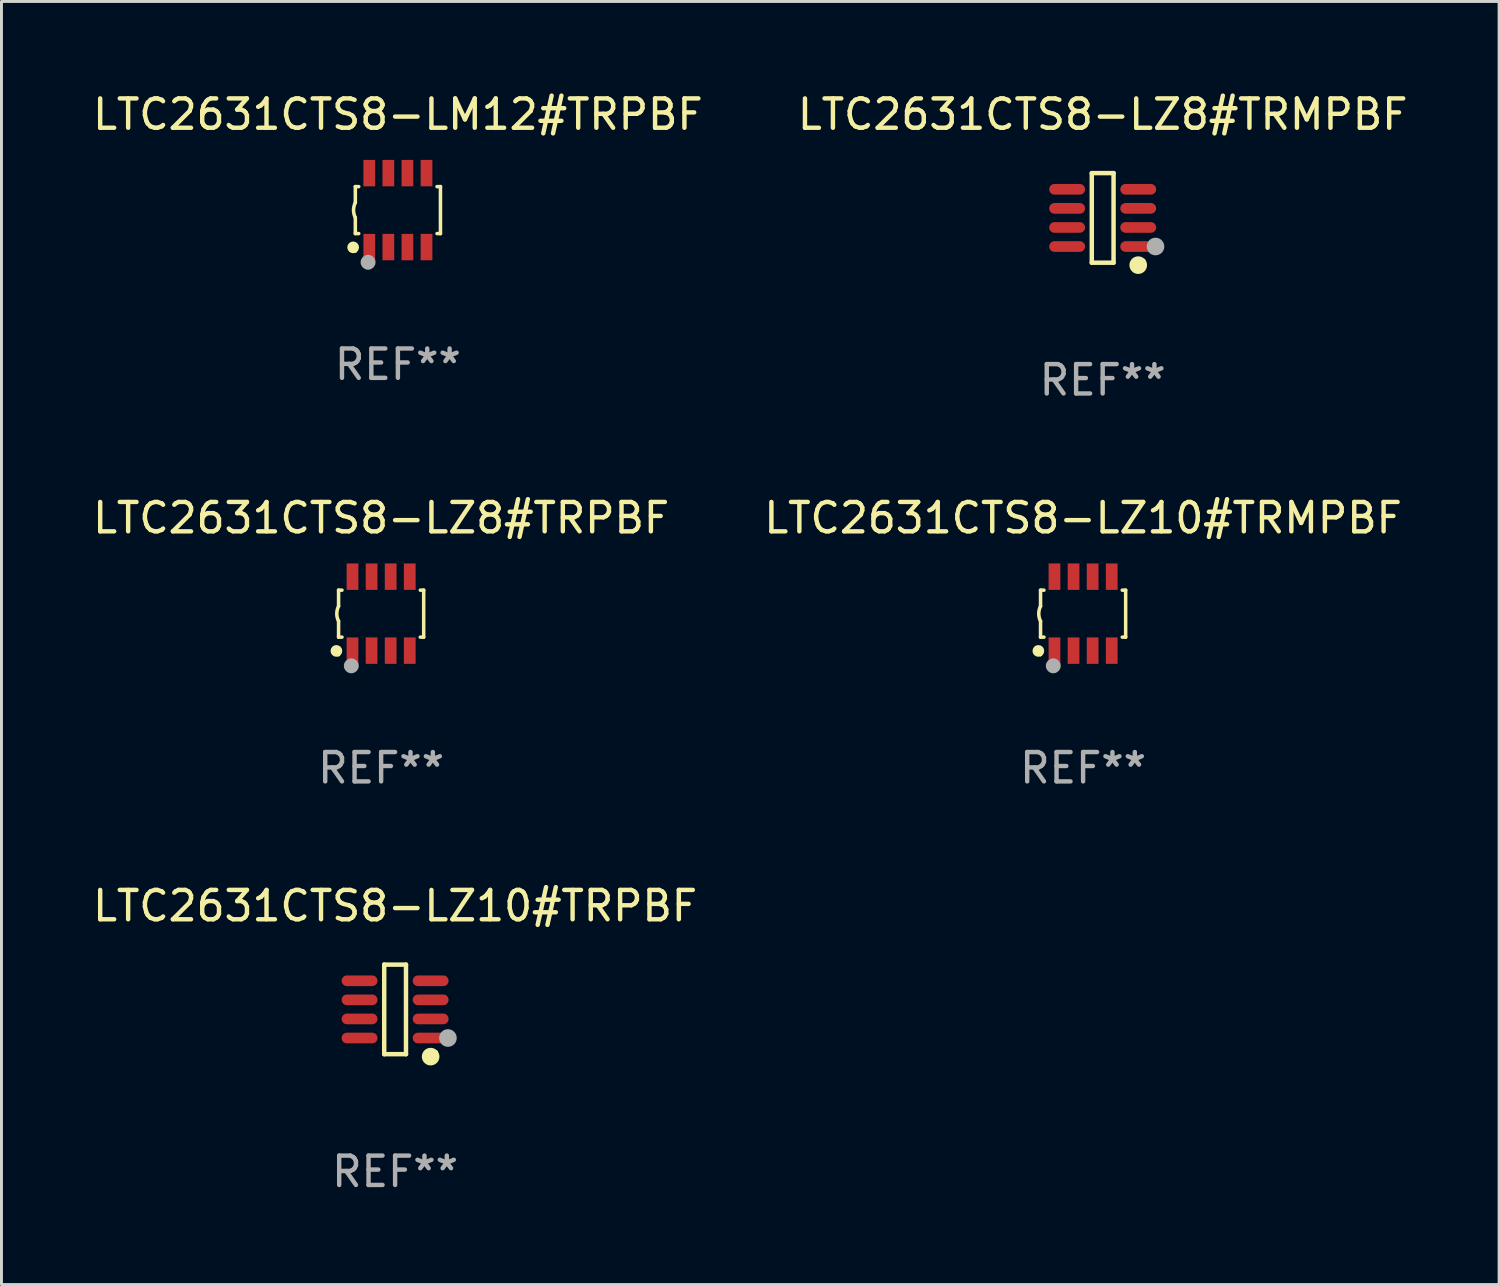
<source format=kicad_pcb>
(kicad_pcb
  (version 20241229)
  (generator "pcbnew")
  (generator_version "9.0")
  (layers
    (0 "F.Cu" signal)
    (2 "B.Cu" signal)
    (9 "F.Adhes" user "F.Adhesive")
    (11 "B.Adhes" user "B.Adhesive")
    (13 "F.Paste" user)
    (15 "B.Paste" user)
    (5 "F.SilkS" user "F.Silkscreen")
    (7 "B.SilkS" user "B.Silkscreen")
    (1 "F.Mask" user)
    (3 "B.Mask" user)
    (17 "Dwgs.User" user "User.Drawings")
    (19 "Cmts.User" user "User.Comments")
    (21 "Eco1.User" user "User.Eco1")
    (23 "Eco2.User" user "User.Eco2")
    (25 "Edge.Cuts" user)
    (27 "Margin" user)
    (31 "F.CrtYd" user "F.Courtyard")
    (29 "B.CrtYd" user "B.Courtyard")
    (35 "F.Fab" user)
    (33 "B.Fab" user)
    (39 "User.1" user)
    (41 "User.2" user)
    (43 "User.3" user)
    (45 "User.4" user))
  (footprint "LTC2631CTS8-LZ10#TRPBF"
    (layer "F.Cu")
    (at 10.411 31.34)
    (property "Reference" "LTC2631CTS8-LZ10#TRPBF" (at 0 -3.526 0) (layer "F.SilkS") (effects (font (size 1 1) (thickness 0.15))))
    (attr through_hole)
    (fp_line (start -0.371 -1.526) (end 0.371 -1.526) (stroke (width 0.152) (type solid)) (layer "F.SilkS"))
    (fp_line (start -0.371 1.526) (end -0.371 -1.526) (stroke (width 0.152) (type solid)) (layer "F.SilkS"))
    (fp_line (start 0.371 -1.526) (end 0.371 1.526) (stroke (width 0.152) (type solid)) (layer "F.SilkS"))
    (fp_line (start 0.371 1.526) (end -0.371 1.526) (stroke (width 0.152) (type solid)) (layer "F.SilkS"))
    (fp_circle (center 1.211 1.609) (end 1.361 1.609) (stroke (width 0.3) (type solid)) (fill no) (layer "F.SilkS"))
    (fp_circle (center 1.4 1.45) (end 1.43 1.45) (stroke (width 0.06) (type solid)) (fill no) (layer "F.SilkS"))
    (fp_circle (center 1.8 0.975) (end 1.95 0.975) (stroke (width 0.3) (type solid)) (fill no) (layer "F.Fab"))
    (fp_text user "REF**" (at 0 5.526 0) (layer "F.Fab") (effects (font (size 1 1) (thickness 0.15))))
    (pad "1" smd oval (at 1.211 0.975) (size 1.222 0.364) (layers "F.Cu" "F.Mask" "F.Paste"))
    (pad "2" smd oval (at 1.211 0.325) (size 1.222 0.364) (layers "F.Cu" "F.Mask" "F.Paste"))
    (pad "3" smd oval (at 1.211 -0.325) (size 1.222 0.364) (layers "F.Cu" "F.Mask" "F.Paste"))
    (pad "4" smd oval (at 1.211 -0.975) (size 1.222 0.364) (layers "F.Cu" "F.Mask" "F.Paste"))
    (pad "5" smd oval (at -1.211 -0.975) (size 1.222 0.364) (layers "F.Cu" "F.Mask" "F.Paste"))
    (pad "6" smd oval (at -1.211 -0.325) (size 1.222 0.364) (layers "F.Cu" "F.Mask" "F.Paste"))
    (pad "7" smd oval (at -1.211 0.325) (size 1.222 0.364) (layers "F.Cu" "F.Mask" "F.Paste"))
    (pad "8" smd oval (at -1.211 0.975) (size 1.222 0.364) (layers "F.Cu" "F.Mask" "F.Paste")))
  (footprint "LTC2631CTS8-LM12#TRPBF"
    (layer "F.Cu")
    (at 10.506 4.108)
    (property "Reference" "LTC2631CTS8-LM12#TRPBF" (at 0 -3.26 0) (layer "F.SilkS") (effects (font (size 1 1) (thickness 0.15))))
    (attr through_hole)
    (fp_line (start -1.45 -0.8) (end -1.45 -0.254) (stroke (width 0.12) (type solid)) (layer "F.SilkS"))
    (fp_line (start -1.45 -0.8) (end -1.334 -0.8) (stroke (width 0.12) (type solid)) (layer "F.SilkS"))
    (fp_line (start -1.45 0.8) (end -1.45 0.254) (stroke (width 0.12) (type solid)) (layer "F.SilkS"))
    (fp_line (start -1.45 0.8) (end -1.334 0.8) (stroke (width 0.12) (type solid)) (layer "F.SilkS"))
    (fp_line (start 1.334 -0.8) (end 1.45 -0.8) (stroke (width 0.12) (type solid)) (layer "F.SilkS"))
    (fp_line (start 1.334 0.8) (end 1.45 0.8) (stroke (width 0.12) (type solid)) (layer "F.SilkS"))
    (fp_line (start 1.45 0.8) (end 1.45 -0.8) (stroke (width 0.12) (type solid)) (layer "F.SilkS"))
    (fp_arc (start -1.45075 0.255144) (mid -1.510605 0.000434) (end -1.450013 -0.254102) (stroke (width 0.11999) (type solid)) (layer "F.SilkS"))
    (fp_circle (center -1.524 1.27) (end -1.424 1.27) (stroke (width 0.2) (type solid)) (fill no) (layer "F.SilkS"))
    (fp_circle (center -1.45 1.4) (end -1.42 1.4) (stroke (width 0.06) (type solid)) (fill no) (layer "F.SilkS"))
    (fp_circle (center -1.016 1.778) (end -0.889 1.778) (stroke (width 0.254) (type solid)) (fill no) (layer "F.Fab"))
    (fp_text user "REF**" (at 0 5.26 0) (layer "F.Fab") (effects (font (size 1 1) (thickness 0.15))))
    (pad "1" smd rect (at -0.975 1.26) (size 0.4 0.9) (layers "F.Cu" "F.Mask" "F.Paste"))
    (pad "2" smd rect (at -0.325 1.26) (size 0.4 0.9) (layers "F.Cu" "F.Mask" "F.Paste"))
    (pad "3" smd rect (at 0.325 1.26) (size 0.4 0.9) (layers "F.Cu" "F.Mask" "F.Paste"))
    (pad "4" smd rect (at 0.975 1.26) (size 0.4 0.9) (layers "F.Cu" "F.Mask" "F.Paste"))
    (pad "5" smd rect (at 0.975 -1.26) (size 0.4 0.9) (layers "F.Cu" "F.Mask" "F.Paste"))
    (pad "6" smd rect (at 0.325 -1.26) (size 0.4 0.9) (layers "F.Cu" "F.Mask" "F.Paste"))
    (pad "7" smd rect (at -0.325 -1.26) (size 0.4 0.9) (layers "F.Cu" "F.Mask" "F.Paste"))
    (pad "8" smd rect (at -0.975 -1.26) (size 0.4 0.9) (layers "F.Cu" "F.Mask" "F.Paste")))
  (footprint "LTC2631CTS8-LZ8#TRMPBF"
    (layer "F.Cu")
    (at 34.518 4.374)
    (property "Reference" "LTC2631CTS8-LZ8#TRMPBF" (at 0 -3.526 0) (layer "F.SilkS") (effects (font (size 1 1) (thickness 0.15))))
    (attr through_hole)
    (fp_line (start -0.371 -1.526) (end 0.371 -1.526) (stroke (width 0.152) (type solid)) (layer "F.SilkS"))
    (fp_line (start -0.371 1.526) (end -0.371 -1.526) (stroke (width 0.152) (type solid)) (layer "F.SilkS"))
    (fp_line (start 0.371 -1.526) (end 0.371 1.526) (stroke (width 0.152) (type solid)) (layer "F.SilkS"))
    (fp_line (start 0.371 1.526) (end -0.371 1.526) (stroke (width 0.152) (type solid)) (layer "F.SilkS"))
    (fp_circle (center 1.211 1.609) (end 1.361 1.609) (stroke (width 0.3) (type solid)) (fill no) (layer "F.SilkS"))
    (fp_circle (center 1.4 1.45) (end 1.43 1.45) (stroke (width 0.06) (type solid)) (fill no) (layer "F.SilkS"))
    (fp_circle (center 1.8 0.975) (end 1.95 0.975) (stroke (width 0.3) (type solid)) (fill no) (layer "F.Fab"))
    (fp_text user "REF**" (at 0 5.526 0) (layer "F.Fab") (effects (font (size 1 1) (thickness 0.15))))
    (pad "1" smd oval (at 1.211 0.975) (size 1.222 0.364) (layers "F.Cu" "F.Mask" "F.Paste"))
    (pad "2" smd oval (at 1.211 0.325) (size 1.222 0.364) (layers "F.Cu" "F.Mask" "F.Paste"))
    (pad "3" smd oval (at 1.211 -0.325) (size 1.222 0.364) (layers "F.Cu" "F.Mask" "F.Paste"))
    (pad "4" smd oval (at 1.211 -0.975) (size 1.222 0.364) (layers "F.Cu" "F.Mask" "F.Paste"))
    (pad "5" smd oval (at -1.211 -0.975) (size 1.222 0.364) (layers "F.Cu" "F.Mask" "F.Paste"))
    (pad "6" smd oval (at -1.211 -0.325) (size 1.222 0.364) (layers "F.Cu" "F.Mask" "F.Paste"))
    (pad "7" smd oval (at -1.211 0.325) (size 1.222 0.364) (layers "F.Cu" "F.Mask" "F.Paste"))
    (pad "8" smd oval (at -1.211 0.975) (size 1.222 0.364) (layers "F.Cu" "F.Mask" "F.Paste")))
  (footprint "LTC2631CTS8-LZ8#TRPBF"
    (layer "F.Cu")
    (at 9.935 17.857)
    (property "Reference" "LTC2631CTS8-LZ8#TRPBF" (at 0 -3.26 0) (layer "F.SilkS") (effects (font (size 1 1) (thickness 0.15))))
    (attr through_hole)
    (fp_line (start -1.45 -0.8) (end -1.45 -0.254) (stroke (width 0.12) (type solid)) (layer "F.SilkS"))
    (fp_line (start -1.45 -0.8) (end -1.334 -0.8) (stroke (width 0.12) (type solid)) (layer "F.SilkS"))
    (fp_line (start -1.45 0.8) (end -1.45 0.254) (stroke (width 0.12) (type solid)) (layer "F.SilkS"))
    (fp_line (start -1.45 0.8) (end -1.334 0.8) (stroke (width 0.12) (type solid)) (layer "F.SilkS"))
    (fp_line (start 1.334 -0.8) (end 1.45 -0.8) (stroke (width 0.12) (type solid)) (layer "F.SilkS"))
    (fp_line (start 1.334 0.8) (end 1.45 0.8) (stroke (width 0.12) (type solid)) (layer "F.SilkS"))
    (fp_line (start 1.45 0.8) (end 1.45 -0.8) (stroke (width 0.12) (type solid)) (layer "F.SilkS"))
    (fp_arc (start -1.45075 0.255144) (mid -1.510605 0.000434) (end -1.450013 -0.254102) (stroke (width 0.11999) (type solid)) (layer "F.SilkS"))
    (fp_circle (center -1.524 1.27) (end -1.424 1.27) (stroke (width 0.2) (type solid)) (fill no) (layer "F.SilkS"))
    (fp_circle (center -1.45 1.4) (end -1.42 1.4) (stroke (width 0.06) (type solid)) (fill no) (layer "F.SilkS"))
    (fp_circle (center -1.016 1.778) (end -0.889 1.778) (stroke (width 0.254) (type solid)) (fill no) (layer "F.Fab"))
    (fp_text user "REF**" (at 0 5.26 0) (layer "F.Fab") (effects (font (size 1 1) (thickness 0.15))))
    (pad "1" smd rect (at -0.975 1.26) (size 0.4 0.9) (layers "F.Cu" "F.Mask" "F.Paste"))
    (pad "2" smd rect (at -0.325 1.26) (size 0.4 0.9) (layers "F.Cu" "F.Mask" "F.Paste"))
    (pad "3" smd rect (at 0.325 1.26) (size 0.4 0.9) (layers "F.Cu" "F.Mask" "F.Paste"))
    (pad "4" smd rect (at 0.975 1.26) (size 0.4 0.9) (layers "F.Cu" "F.Mask" "F.Paste"))
    (pad "5" smd rect (at 0.975 -1.26) (size 0.4 0.9) (layers "F.Cu" "F.Mask" "F.Paste"))
    (pad "6" smd rect (at 0.325 -1.26) (size 0.4 0.9) (layers "F.Cu" "F.Mask" "F.Paste"))
    (pad "7" smd rect (at -0.325 -1.26) (size 0.4 0.9) (layers "F.Cu" "F.Mask" "F.Paste"))
    (pad "8" smd rect (at -0.975 -1.26) (size 0.4 0.9) (layers "F.Cu" "F.Mask" "F.Paste")))
  (footprint "LTC2631CTS8-LZ10#TRMPBF"
    (layer "F.Cu")
    (at 33.851 17.857)
    (property "Reference" "LTC2631CTS8-LZ10#TRMPBF" (at 0 -3.26 0) (layer "F.SilkS") (effects (font (size 1 1) (thickness 0.15))))
    (attr through_hole)
    (fp_line (start -1.45 -0.8) (end -1.45 -0.254) (stroke (width 0.12) (type solid)) (layer "F.SilkS"))
    (fp_line (start -1.45 -0.8) (end -1.334 -0.8) (stroke (width 0.12) (type solid)) (layer "F.SilkS"))
    (fp_line (start -1.45 0.8) (end -1.45 0.254) (stroke (width 0.12) (type solid)) (layer "F.SilkS"))
    (fp_line (start -1.45 0.8) (end -1.334 0.8) (stroke (width 0.12) (type solid)) (layer "F.SilkS"))
    (fp_line (start 1.334 -0.8) (end 1.45 -0.8) (stroke (width 0.12) (type solid)) (layer "F.SilkS"))
    (fp_line (start 1.334 0.8) (end 1.45 0.8) (stroke (width 0.12) (type solid)) (layer "F.SilkS"))
    (fp_line (start 1.45 0.8) (end 1.45 -0.8) (stroke (width 0.12) (type solid)) (layer "F.SilkS"))
    (fp_arc (start -1.45075 0.255144) (mid -1.510605 0.000434) (end -1.450013 -0.254102) (stroke (width 0.11999) (type solid)) (layer "F.SilkS"))
    (fp_circle (center -1.524 1.27) (end -1.424 1.27) (stroke (width 0.2) (type solid)) (fill no) (layer "F.SilkS"))
    (fp_circle (center -1.45 1.4) (end -1.42 1.4) (stroke (width 0.06) (type solid)) (fill no) (layer "F.SilkS"))
    (fp_circle (center -1.016 1.778) (end -0.889 1.778) (stroke (width 0.254) (type solid)) (fill no) (layer "F.Fab"))
    (fp_text user "REF**" (at 0 5.26 0) (layer "F.Fab") (effects (font (size 1 1) (thickness 0.15))))
    (pad "1" smd rect (at -0.975 1.26) (size 0.4 0.9) (layers "F.Cu" "F.Mask" "F.Paste"))
    (pad "2" smd rect (at -0.325 1.26) (size 0.4 0.9) (layers "F.Cu" "F.Mask" "F.Paste"))
    (pad "3" smd rect (at 0.325 1.26) (size 0.4 0.9) (layers "F.Cu" "F.Mask" "F.Paste"))
    (pad "4" smd rect (at 0.975 1.26) (size 0.4 0.9) (layers "F.Cu" "F.Mask" "F.Paste"))
    (pad "5" smd rect (at 0.975 -1.26) (size 0.4 0.9) (layers "F.Cu" "F.Mask" "F.Paste"))
    (pad "6" smd rect (at 0.325 -1.26) (size 0.4 0.9) (layers "F.Cu" "F.Mask" "F.Paste"))
    (pad "7" smd rect (at -0.325 -1.26) (size 0.4 0.9) (layers "F.Cu" "F.Mask" "F.Paste"))
    (pad "8" smd rect (at -0.975 -1.26) (size 0.4 0.9) (layers "F.Cu" "F.Mask" "F.Paste")))
  (gr_rect
    (start -3 -3)
    (end 48.024 40.714)
    (stroke (width 0.1) (type default))
    (fill no)
    (layer "Edge.Cuts")))
</source>
